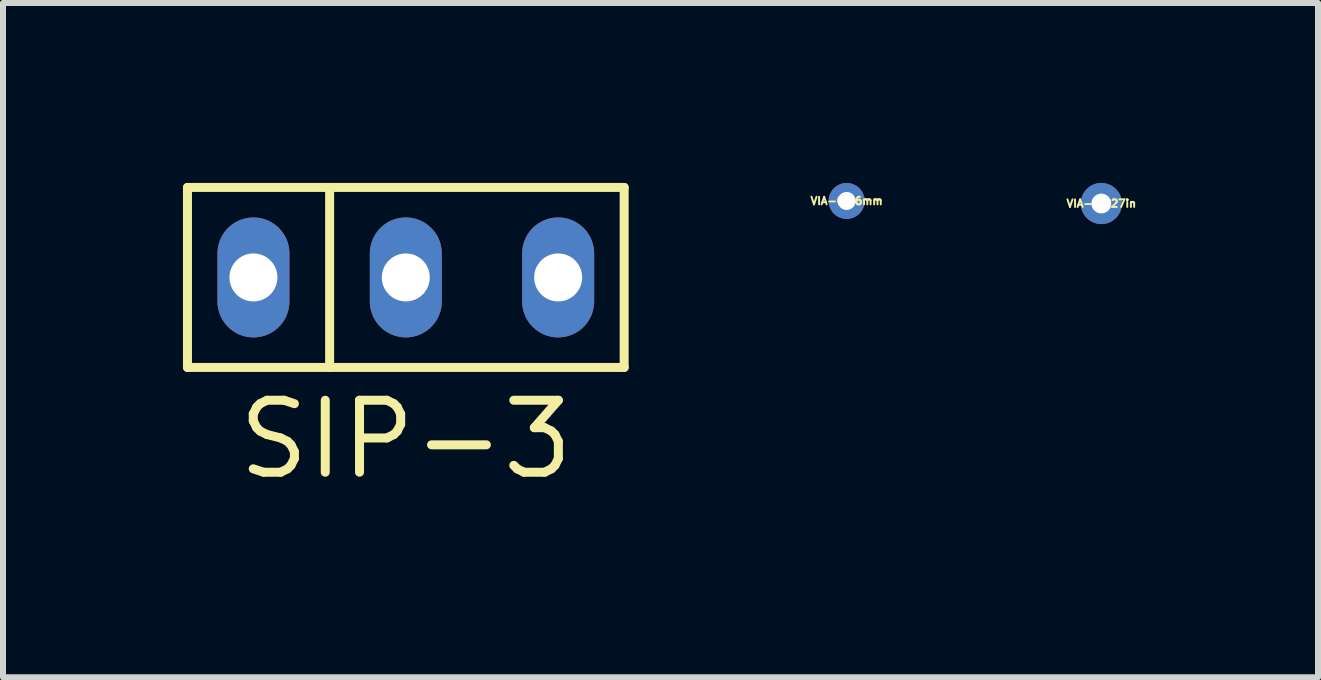
<source format=kicad_pcb>
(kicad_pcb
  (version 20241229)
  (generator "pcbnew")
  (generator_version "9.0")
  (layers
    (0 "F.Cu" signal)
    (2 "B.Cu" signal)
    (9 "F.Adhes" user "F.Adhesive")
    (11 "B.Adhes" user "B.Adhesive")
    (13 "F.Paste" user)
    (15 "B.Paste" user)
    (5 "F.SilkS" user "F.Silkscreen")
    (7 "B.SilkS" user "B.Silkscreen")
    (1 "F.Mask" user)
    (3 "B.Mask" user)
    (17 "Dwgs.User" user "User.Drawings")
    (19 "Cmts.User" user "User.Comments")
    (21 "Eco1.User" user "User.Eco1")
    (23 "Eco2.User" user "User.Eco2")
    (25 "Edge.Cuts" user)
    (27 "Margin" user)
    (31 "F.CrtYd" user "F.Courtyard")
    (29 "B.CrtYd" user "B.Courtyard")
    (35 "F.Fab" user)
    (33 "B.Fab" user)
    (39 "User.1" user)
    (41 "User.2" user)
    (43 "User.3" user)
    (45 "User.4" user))
  (footprint "VIA-0.027in"
    (layer "F.Cu")
    (at 15.31 0.343)
    (property "Reference" "VIA-0.027in" (at 0 0 0) (layer "F.SilkS") (effects (font (size 0.127 0.127) (thickness 0.032))))
    (attr through_hole)
    (pad "1" thru_hole circle (at 0 0) (size 0.686 0.686) (drill 0.33) (layers "*.Cu")))
  (footprint "VIA-0.06mm"
    (layer "F.Cu")
    (at 11.064 0.3)
    (property "Reference" "VIA-0.06mm" (at 0 0 0) (layer "F.SilkS") (effects (font (size 0.127 0.127) (thickness 0.032))))
    (attr through_hole)
    (pad "1" thru_hole circle (at 0 0) (size 0.6 0.6) (drill 0.3) (layers "*.Cu")))
  (footprint "SIP-3"
    (layer "F.Cu")
    (at 3.715 1.575)
    (property "Reference" "SIP-3" (at 0 2.7 0) (layer "F.SilkS") (effects (font (size 1.2 1.2) (thickness 0.15))))
    (attr through_hole)
    (fp_line (start -3.64 -1.5) (end 3.64 -1.5) (stroke (width 0.15) (type solid)) (layer "F.SilkS"))
    (fp_line (start -3.64 1.5) (end -3.64 -1.5) (stroke (width 0.15) (type solid)) (layer "F.SilkS"))
    (fp_line (start -1.27 -1.5) (end -1.27 1.5) (stroke (width 0.15) (type solid)) (layer "F.SilkS"))
    (fp_line (start 3.64 -1.5) (end 3.64 1.5) (stroke (width 0.15) (type solid)) (layer "F.SilkS"))
    (fp_line (start 3.64 1.5) (end -3.64 1.5) (stroke (width 0.15) (type solid)) (layer "F.SilkS"))
    (pad "1" thru_hole oval (at -2.54 0) (size 1.2 2) (drill 0.8) (layers "*.Cu" "*.Mask"))
    (pad "2" thru_hole oval (at 0 0) (size 1.2 2) (drill 0.8) (layers "*.Cu" "*.Mask"))
    (pad "3" thru_hole oval (at 2.54 0) (size 1.2 2) (drill 0.8) (layers "*.Cu" "*.Mask")))
  (gr_rect
    (start -3 -3)
    (end 18.922 8.24)
    (stroke (width 0.1) (type default))
    (fill no)
    (layer "Edge.Cuts")))
</source>
